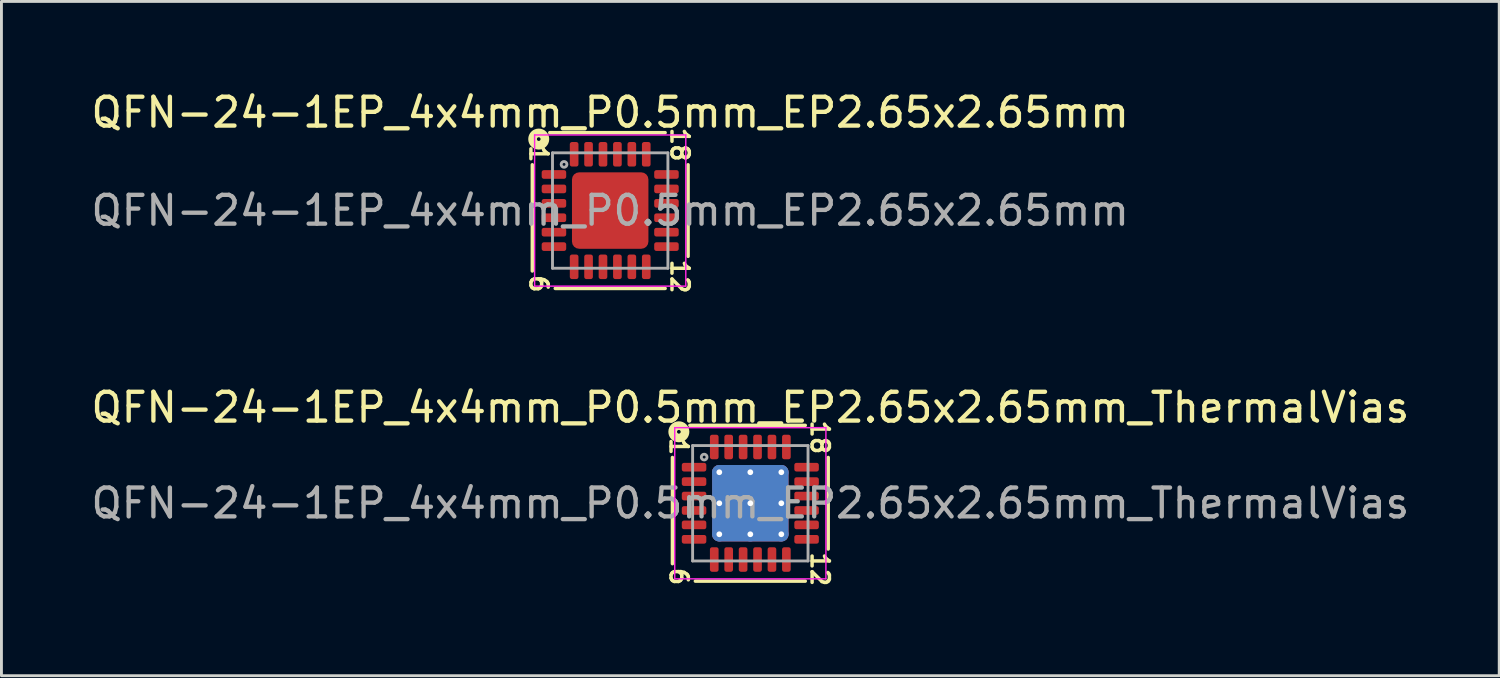
<source format=kicad_pcb>
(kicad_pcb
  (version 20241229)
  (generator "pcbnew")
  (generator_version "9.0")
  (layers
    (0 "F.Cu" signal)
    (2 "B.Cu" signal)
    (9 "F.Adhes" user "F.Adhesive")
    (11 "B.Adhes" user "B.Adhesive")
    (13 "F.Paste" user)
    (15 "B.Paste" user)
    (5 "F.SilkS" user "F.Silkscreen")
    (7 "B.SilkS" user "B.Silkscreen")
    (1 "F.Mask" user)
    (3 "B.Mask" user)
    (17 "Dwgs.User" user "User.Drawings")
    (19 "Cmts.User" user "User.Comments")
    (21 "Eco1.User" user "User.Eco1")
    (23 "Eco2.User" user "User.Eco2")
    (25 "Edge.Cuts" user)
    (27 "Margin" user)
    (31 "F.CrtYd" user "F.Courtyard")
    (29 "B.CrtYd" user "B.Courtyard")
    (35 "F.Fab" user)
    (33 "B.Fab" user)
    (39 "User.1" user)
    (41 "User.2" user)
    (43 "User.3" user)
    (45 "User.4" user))
  (footprint "QFN-24-1EP_4x4mm_P0.5mm_EP2.65x2.65mm_ThermalVias"
    (layer "F.Cu")
    (at 22.958 14.394)
    (property "Reference" "QFN-24-1EP_4x4mm_P0.5mm_EP2.65x2.65mm_ThermalVias" (at 0 -3.32 0) (layer "F.SilkS") (effects (font (size 1 1) (thickness 0.15))))
    (attr smd)
    (fp_line (start -2.7 -1.587) (end -2.7 2.095) (stroke (width 0.12) (type solid)) (layer "F.SilkS"))
    (fp_line (start -1.905 2.7) (end 1.905 2.7) (stroke (width 0.12) (type solid)) (layer "F.SilkS"))
    (fp_line (start 1.905 -2.7) (end -2.095 -2.7) (stroke (width 0.12) (type solid)) (layer "F.SilkS"))
    (fp_line (start 2.7 1.587) (end 2.7 -1.587) (stroke (width 0.12) (type solid)) (layer "F.SilkS"))
    (fp_circle (center -2.477 -2.477) (end -2.413 -2.477) (stroke (width 0.3) (type solid)) (fill no) (layer "F.SilkS"))
    (fp_line (start -2.62 -2.62) (end -2.62 2.62) (stroke (width 0.05) (type solid)) (layer "F.CrtYd"))
    (fp_line (start -2.62 2.62) (end 2.62 2.62) (stroke (width 0.05) (type solid)) (layer "F.CrtYd"))
    (fp_line (start 2.62 -2.62) (end -2.62 -2.62) (stroke (width 0.05) (type solid)) (layer "F.CrtYd"))
    (fp_line (start 2.62 2.62) (end 2.62 -2.62) (stroke (width 0.05) (type solid)) (layer "F.CrtYd"))
    (fp_line (start -2 -2) (end 2 -2) (stroke (width 0.1) (type solid)) (layer "F.Fab"))
    (fp_line (start -2 2) (end -2 -2) (stroke (width 0.1) (type solid)) (layer "F.Fab"))
    (fp_line (start 2 -2) (end 2 2) (stroke (width 0.1) (type solid)) (layer "F.Fab"))
    (fp_line (start 2 2) (end -2 2) (stroke (width 0.1) (type solid)) (layer "F.Fab"))
    (fp_circle (center -1.6 -1.6) (end -1.5 -1.6) (stroke (width 0.1) (type solid)) (fill no) (layer "F.Fab"))
    (fp_text user "18" (at 2.413 -2.286 270) (unlocked yes) (layer "F.SilkS") (effects (font (size 0.6 0.6) (thickness 0.12))))
    (fp_text user "12" (at 2.413 2.286 270) (unlocked yes) (layer "F.SilkS") (effects (font (size 0.6 0.6) (thickness 0.12))))
    (fp_text user "1" (at -2.477 -1.968 270) (unlocked yes) (layer "F.SilkS") (effects (font (size 0.6 0.6) (thickness 0.12))))
    (fp_text user "6" (at -2.477 2.54 270) (unlocked yes) (layer "F.SilkS") (effects (font (size 0.6 0.6) (thickness 0.12))))
    (fp_text user "${REFERENCE}" (at 0 0 0) (layer "F.Fab") (effects (font (size 1 1) (thickness 0.15))))
    (pad "" smd roundrect (at -0.66 -0.66) (size 1.15 1.15) (layers "F.Paste") (roundrect_rratio 0.217))
    (pad "" smd roundrect (at -0.66 0.66) (size 1.15 1.15) (layers "F.Paste") (roundrect_rratio 0.217))
    (pad "" smd roundrect (at 0.66 -0.66) (size 1.15 1.15) (layers "F.Paste") (roundrect_rratio 0.217))
    (pad "" smd roundrect (at 0.66 0.66) (size 1.15 1.15) (layers "F.Paste") (roundrect_rratio 0.217))
    (pad "1" smd roundrect (at -1.95 -1.25) (size 0.85 0.3) (layers "F.Cu" "F.Mask" "F.Paste") (roundrect_rratio 0.25))
    (pad "2" smd roundrect (at -1.95 -0.75) (size 0.85 0.3) (layers "F.Cu" "F.Mask" "F.Paste") (roundrect_rratio 0.25))
    (pad "3" smd roundrect (at -1.95 -0.25) (size 0.85 0.3) (layers "F.Cu" "F.Mask" "F.Paste") (roundrect_rratio 0.25))
    (pad "4" smd roundrect (at -1.95 0.25) (size 0.85 0.3) (layers "F.Cu" "F.Mask" "F.Paste") (roundrect_rratio 0.25))
    (pad "5" smd roundrect (at -1.95 0.75) (size 0.85 0.3) (layers "F.Cu" "F.Mask" "F.Paste") (roundrect_rratio 0.25))
    (pad "6" smd roundrect (at -1.95 1.25) (size 0.85 0.3) (layers "F.Cu" "F.Mask" "F.Paste") (roundrect_rratio 0.25))
    (pad "7" smd roundrect (at -1.25 1.95) (size 0.3 0.85) (layers "F.Cu" "F.Mask" "F.Paste") (roundrect_rratio 0.25))
    (pad "8" smd roundrect (at -0.75 1.95) (size 0.3 0.85) (layers "F.Cu" "F.Mask" "F.Paste") (roundrect_rratio 0.25))
    (pad "9" smd roundrect (at -0.25 1.95) (size 0.3 0.85) (layers "F.Cu" "F.Mask" "F.Paste") (roundrect_rratio 0.25))
    (pad "10" smd roundrect (at 0.25 1.95) (size 0.3 0.85) (layers "F.Cu" "F.Mask" "F.Paste") (roundrect_rratio 0.25))
    (pad "11" smd roundrect (at 0.75 1.95) (size 0.3 0.85) (layers "F.Cu" "F.Mask" "F.Paste") (roundrect_rratio 0.25))
    (pad "12" smd roundrect (at 1.25 1.95) (size 0.3 0.85) (layers "F.Cu" "F.Mask" "F.Paste") (roundrect_rratio 0.25))
    (pad "13" smd roundrect (at 1.95 1.25) (size 0.85 0.3) (layers "F.Cu" "F.Mask" "F.Paste") (roundrect_rratio 0.25))
    (pad "14" smd roundrect (at 1.95 0.75) (size 0.85 0.3) (layers "F.Cu" "F.Mask" "F.Paste") (roundrect_rratio 0.25))
    (pad "15" smd roundrect (at 1.95 0.25) (size 0.85 0.3) (layers "F.Cu" "F.Mask" "F.Paste") (roundrect_rratio 0.25))
    (pad "16" smd roundrect (at 1.95 -0.25) (size 0.85 0.3) (layers "F.Cu" "F.Mask" "F.Paste") (roundrect_rratio 0.25))
    (pad "17" smd roundrect (at 1.95 -0.75) (size 0.85 0.3) (layers "F.Cu" "F.Mask" "F.Paste") (roundrect_rratio 0.25))
    (pad "18" smd roundrect (at 1.95 -1.25) (size 0.85 0.3) (layers "F.Cu" "F.Mask" "F.Paste") (roundrect_rratio 0.25))
    (pad "19" smd roundrect (at 1.25 -1.95) (size 0.3 0.85) (layers "F.Cu" "F.Mask" "F.Paste") (roundrect_rratio 0.25))
    (pad "20" smd roundrect (at 0.75 -1.95) (size 0.3 0.85) (layers "F.Cu" "F.Mask" "F.Paste") (roundrect_rratio 0.25))
    (pad "21" smd roundrect (at 0.25 -1.95) (size 0.3 0.85) (layers "F.Cu" "F.Mask" "F.Paste") (roundrect_rratio 0.25))
    (pad "22" smd roundrect (at -0.25 -1.95) (size 0.3 0.85) (layers "F.Cu" "F.Mask" "F.Paste") (roundrect_rratio 0.25))
    (pad "23" smd roundrect (at -0.75 -1.95) (size 0.3 0.85) (layers "F.Cu" "F.Mask" "F.Paste") (roundrect_rratio 0.25))
    (pad "24" smd roundrect (at -1.25 -1.95) (size 0.3 0.85) (layers "F.Cu" "F.Mask" "F.Paste") (roundrect_rratio 0.25))
    (pad "25" thru_hole circle (at -1.075 -1.075) (size 0.5 0.5) (drill 0.2) (property pad_prop_heatsink) (layers "*.Cu"))
    (pad "25" thru_hole circle (at -1.075 0) (size 0.5 0.5) (drill 0.2) (property pad_prop_heatsink) (layers "*.Cu"))
    (pad "25" thru_hole circle (at -1.075 1.075) (size 0.5 0.5) (drill 0.2) (property pad_prop_heatsink) (layers "*.Cu"))
    (pad "25" thru_hole circle (at 0 -1.075) (size 0.5 0.5) (drill 0.2) (property pad_prop_heatsink) (layers "*.Cu"))
    (pad "25" thru_hole circle (at 0 0) (size 0.5 0.5) (drill 0.2) (property pad_prop_heatsink) (layers "*.Cu"))
    (pad "25" smd roundrect (at 0 0) (size 2.65 2.65) (layers "F.Cu" "F.Mask") (roundrect_rratio 0.094))
    (pad "25" smd roundrect (at 0 0) (size 2.65 2.65) (layers "B.Cu" "B.Mask") (roundrect_rratio 0.094))
    (pad "25" thru_hole circle (at 0 1.075) (size 0.5 0.5) (drill 0.2) (property pad_prop_heatsink) (layers "*.Cu"))
    (pad "25" thru_hole circle (at 1.075 -1.075) (size 0.5 0.5) (drill 0.2) (property pad_prop_heatsink) (layers "*.Cu"))
    (pad "25" thru_hole circle (at 1.075 0) (size 0.5 0.5) (drill 0.2) (property pad_prop_heatsink) (layers "*.Cu"))
    (pad "25" thru_hole circle (at 1.075 1.075) (size 0.5 0.5) (drill 0.2) (property pad_prop_heatsink) (layers "*.Cu")))
  (footprint "QFN-24-1EP_4x4mm_P0.5mm_EP2.65x2.65mm"
    (layer "F.Cu")
    (at 18.101 4.248)
    (property "Reference" "QFN-24-1EP_4x4mm_P0.5mm_EP2.65x2.65mm" (at 0 -3.4 0) (layer "F.SilkS") (effects (font (size 1 1) (thickness 0.15))))
    (attr smd)
    (fp_line (start -2.7 -1.587) (end -2.7 2.095) (stroke (width 0.12) (type solid)) (layer "F.SilkS"))
    (fp_line (start -1.905 2.7) (end 1.905 2.7) (stroke (width 0.12) (type solid)) (layer "F.SilkS"))
    (fp_line (start 1.905 -2.7) (end -2.095 -2.7) (stroke (width 0.12) (type solid)) (layer "F.SilkS"))
    (fp_line (start 2.7 1.587) (end 2.7 -1.587) (stroke (width 0.12) (type solid)) (layer "F.SilkS"))
    (fp_circle (center -2.477 -2.477) (end -2.413 -2.477) (stroke (width 0.3) (type solid)) (fill no) (layer "F.SilkS"))
    (fp_line (start -2.62 -2.62) (end -2.62 2.62) (stroke (width 0.05) (type solid)) (layer "F.CrtYd"))
    (fp_line (start -2.62 2.62) (end 2.62 2.62) (stroke (width 0.05) (type solid)) (layer "F.CrtYd"))
    (fp_line (start 2.62 -2.62) (end -2.62 -2.62) (stroke (width 0.05) (type solid)) (layer "F.CrtYd"))
    (fp_line (start 2.62 2.62) (end 2.62 -2.62) (stroke (width 0.05) (type solid)) (layer "F.CrtYd"))
    (fp_line (start -2 -2) (end 2 -2) (stroke (width 0.1) (type solid)) (layer "F.Fab"))
    (fp_line (start -2 2) (end -2 -2) (stroke (width 0.1) (type solid)) (layer "F.Fab"))
    (fp_line (start 2 -2) (end 2 2) (stroke (width 0.1) (type solid)) (layer "F.Fab"))
    (fp_line (start 2 2) (end -2 2) (stroke (width 0.1) (type solid)) (layer "F.Fab"))
    (fp_circle (center -1.6 -1.6) (end -1.5 -1.6) (stroke (width 0.1) (type solid)) (fill no) (layer "F.Fab"))
    (fp_text user "12" (at 2.413 2.286 270) (unlocked yes) (layer "F.SilkS") (effects (font (size 0.6 0.6) (thickness 0.12))))
    (fp_text user "1" (at -2.477 -1.968 270) (unlocked yes) (layer "F.SilkS") (effects (font (size 0.6 0.6) (thickness 0.12))))
    (fp_text user "18" (at 2.413 -2.286 270) (unlocked yes) (layer "F.SilkS") (effects (font (size 0.6 0.6) (thickness 0.12))))
    (fp_text user "6" (at -2.477 2.54 270) (unlocked yes) (layer "F.SilkS") (effects (font (size 0.6 0.6) (thickness 0.12))))
    (fp_text user "${REFERENCE}" (at 0 0 0) (layer "F.Fab") (effects (font (size 1 1) (thickness 0.15))))
    (pad "" smd roundrect (at -0.66 -0.66) (size 1.07 1.07) (layers "F.Paste") (roundrect_rratio 0.234))
    (pad "" smd roundrect (at -0.66 0.66) (size 1.07 1.07) (layers "F.Paste") (roundrect_rratio 0.234))
    (pad "" smd roundrect (at 0.66 -0.66) (size 1.07 1.07) (layers "F.Paste") (roundrect_rratio 0.234))
    (pad "" smd roundrect (at 0.66 0.66) (size 1.07 1.07) (layers "F.Paste") (roundrect_rratio 0.234))
    (pad "1" smd roundrect (at -1.95 -1.25) (size 0.85 0.3) (layers "F.Cu" "F.Mask" "F.Paste") (roundrect_rratio 0.25))
    (pad "2" smd roundrect (at -1.95 -0.75) (size 0.85 0.3) (layers "F.Cu" "F.Mask" "F.Paste") (roundrect_rratio 0.25))
    (pad "3" smd roundrect (at -1.95 -0.25) (size 0.85 0.3) (layers "F.Cu" "F.Mask" "F.Paste") (roundrect_rratio 0.25))
    (pad "4" smd roundrect (at -1.95 0.25) (size 0.85 0.3) (layers "F.Cu" "F.Mask" "F.Paste") (roundrect_rratio 0.25))
    (pad "5" smd roundrect (at -1.95 0.75) (size 0.85 0.3) (layers "F.Cu" "F.Mask" "F.Paste") (roundrect_rratio 0.25))
    (pad "6" smd roundrect (at -1.95 1.25) (size 0.85 0.3) (layers "F.Cu" "F.Mask" "F.Paste") (roundrect_rratio 0.25))
    (pad "7" smd roundrect (at -1.25 1.95) (size 0.3 0.85) (layers "F.Cu" "F.Mask" "F.Paste") (roundrect_rratio 0.25))
    (pad "8" smd roundrect (at -0.75 1.95) (size 0.3 0.85) (layers "F.Cu" "F.Mask" "F.Paste") (roundrect_rratio 0.25))
    (pad "9" smd roundrect (at -0.25 1.95) (size 0.3 0.85) (layers "F.Cu" "F.Mask" "F.Paste") (roundrect_rratio 0.25))
    (pad "10" smd roundrect (at 0.25 1.95) (size 0.3 0.85) (layers "F.Cu" "F.Mask" "F.Paste") (roundrect_rratio 0.25))
    (pad "11" smd roundrect (at 0.75 1.95) (size 0.3 0.85) (layers "F.Cu" "F.Mask" "F.Paste") (roundrect_rratio 0.25))
    (pad "12" smd roundrect (at 1.25 1.95) (size 0.3 0.85) (layers "F.Cu" "F.Mask" "F.Paste") (roundrect_rratio 0.25))
    (pad "13" smd roundrect (at 1.95 1.25) (size 0.85 0.3) (layers "F.Cu" "F.Mask" "F.Paste") (roundrect_rratio 0.25))
    (pad "14" smd roundrect (at 1.95 0.75) (size 0.85 0.3) (layers "F.Cu" "F.Mask" "F.Paste") (roundrect_rratio 0.25))
    (pad "15" smd roundrect (at 1.95 0.25) (size 0.85 0.3) (layers "F.Cu" "F.Mask" "F.Paste") (roundrect_rratio 0.25))
    (pad "16" smd roundrect (at 1.95 -0.25) (size 0.85 0.3) (layers "F.Cu" "F.Mask" "F.Paste") (roundrect_rratio 0.25))
    (pad "17" smd roundrect (at 1.95 -0.75) (size 0.85 0.3) (layers "F.Cu" "F.Mask" "F.Paste") (roundrect_rratio 0.25))
    (pad "18" smd roundrect (at 1.95 -1.25) (size 0.85 0.3) (layers "F.Cu" "F.Mask" "F.Paste") (roundrect_rratio 0.25))
    (pad "19" smd roundrect (at 1.25 -1.95) (size 0.3 0.85) (layers "F.Cu" "F.Mask" "F.Paste") (roundrect_rratio 0.25))
    (pad "20" smd roundrect (at 0.75 -1.95) (size 0.3 0.85) (layers "F.Cu" "F.Mask" "F.Paste") (roundrect_rratio 0.25))
    (pad "21" smd roundrect (at 0.25 -1.95) (size 0.3 0.85) (layers "F.Cu" "F.Mask" "F.Paste") (roundrect_rratio 0.25))
    (pad "22" smd roundrect (at -0.25 -1.95) (size 0.3 0.85) (layers "F.Cu" "F.Mask" "F.Paste") (roundrect_rratio 0.25))
    (pad "23" smd roundrect (at -0.75 -1.95) (size 0.3 0.85) (layers "F.Cu" "F.Mask" "F.Paste") (roundrect_rratio 0.25))
    (pad "24" smd roundrect (at -1.25 -1.95) (size 0.3 0.85) (layers "F.Cu" "F.Mask" "F.Paste") (roundrect_rratio 0.25))
    (pad "25" smd roundrect (at 0 0) (size 2.65 2.65) (layers "F.Cu" "F.Mask") (roundrect_rratio 0.094)))
  (gr_rect
    (start -3 -3)
    (end 48.917 20.371)
    (stroke (width 0.1) (type default))
    (fill no)
    (layer "Edge.Cuts")))
</source>
